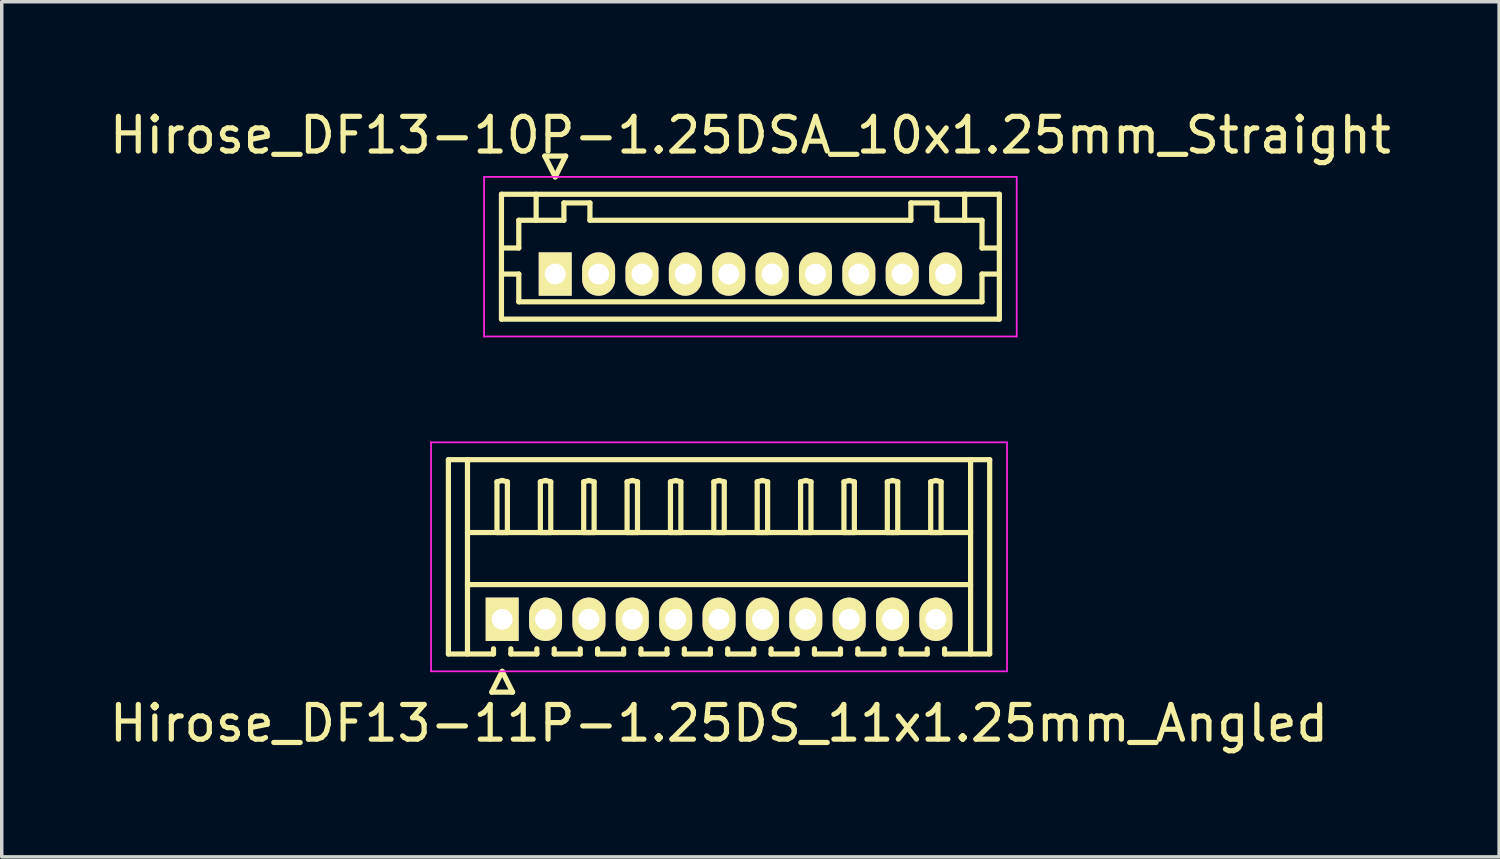
<source format=kicad_pcb>
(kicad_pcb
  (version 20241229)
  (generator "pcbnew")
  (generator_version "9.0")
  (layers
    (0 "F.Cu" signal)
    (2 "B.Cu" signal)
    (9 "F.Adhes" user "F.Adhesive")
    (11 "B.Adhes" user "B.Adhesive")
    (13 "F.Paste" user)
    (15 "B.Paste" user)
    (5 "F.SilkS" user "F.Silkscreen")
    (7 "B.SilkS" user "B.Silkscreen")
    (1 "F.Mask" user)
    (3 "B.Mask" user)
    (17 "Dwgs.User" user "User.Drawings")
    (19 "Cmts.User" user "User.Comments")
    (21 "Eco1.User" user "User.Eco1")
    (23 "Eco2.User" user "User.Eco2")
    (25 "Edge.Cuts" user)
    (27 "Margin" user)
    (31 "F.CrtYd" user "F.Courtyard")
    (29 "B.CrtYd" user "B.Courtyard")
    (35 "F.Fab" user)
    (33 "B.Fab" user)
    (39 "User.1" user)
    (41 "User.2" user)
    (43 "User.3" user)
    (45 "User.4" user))
  (footprint "Hirose_DF13-11P-1.25DS_11x1.25mm_Angled"
    (layer "F.Cu")
    (at 11.423 14.798)
    (property "Reference" "Hirose_DF13-11P-1.25DS_11x1.25mm_Angled" (at 6.25 3 0) (layer "F.SilkS") (effects (font (size 1 1) (thickness 0.15))))
    (attr through_hole)
    (fp_line (start -1.55 -4.6) (end 14.05 -4.6) (stroke (width 0.15) (type solid)) (layer "F.SilkS"))
    (fp_line (start -1.55 1) (end -1.55 -4.6) (stroke (width 0.15) (type solid)) (layer "F.SilkS"))
    (fp_line (start -1 -4.6) (end -1 1) (stroke (width 0.15) (type solid)) (layer "F.SilkS"))
    (fp_line (start -1 -2.5) (end 13.5 -2.5) (stroke (width 0.15) (type solid)) (layer "F.SilkS"))
    (fp_line (start -1 -1) (end 13.5 -1) (stroke (width 0.15) (type solid)) (layer "F.SilkS"))
    (fp_line (start -0.3 2.1) (end 0.3 2.1) (stroke (width 0.15) (type solid)) (layer "F.SilkS"))
    (fp_line (start -0.25 0.85) (end -0.25 1) (stroke (width 0.15) (type solid)) (layer "F.SilkS"))
    (fp_line (start -0.25 1) (end -1.55 1) (stroke (width 0.15) (type solid)) (layer "F.SilkS"))
    (fp_line (start -0.15 -3.962) (end 0 -4) (stroke (width 0.15) (type solid)) (layer "F.SilkS"))
    (fp_line (start -0.15 -2.5) (end -0.15 -3.962) (stroke (width 0.15) (type solid)) (layer "F.SilkS"))
    (fp_line (start 0 -4) (end 0.15 -3.962) (stroke (width 0.15) (type solid)) (layer "F.SilkS"))
    (fp_line (start 0 -2.5) (end -0.15 -2.5) (stroke (width 0.15) (type solid)) (layer "F.SilkS"))
    (fp_line (start 0 1.5) (end -0.3 2.1) (stroke (width 0.15) (type solid)) (layer "F.SilkS"))
    (fp_line (start 0.15 -3.962) (end 0.15 -2.5) (stroke (width 0.15) (type solid)) (layer "F.SilkS"))
    (fp_line (start 0.15 -2.5) (end 0 -2.5) (stroke (width 0.15) (type solid)) (layer "F.SilkS"))
    (fp_line (start 0.25 0.85) (end 0.25 1) (stroke (width 0.15) (type solid)) (layer "F.SilkS"))
    (fp_line (start 0.25 1) (end 1 1) (stroke (width 0.15) (type solid)) (layer "F.SilkS"))
    (fp_line (start 0.3 2.1) (end 0 1.5) (stroke (width 0.15) (type solid)) (layer "F.SilkS"))
    (fp_line (start 1 1) (end 1 0.85) (stroke (width 0.15) (type solid)) (layer "F.SilkS"))
    (fp_line (start 1.1 -3.962) (end 1.25 -4) (stroke (width 0.15) (type solid)) (layer "F.SilkS"))
    (fp_line (start 1.1 -2.5) (end 1.1 -3.962) (stroke (width 0.15) (type solid)) (layer "F.SilkS"))
    (fp_line (start 1.25 -4) (end 1.4 -3.962) (stroke (width 0.15) (type solid)) (layer "F.SilkS"))
    (fp_line (start 1.25 -2.5) (end 1.1 -2.5) (stroke (width 0.15) (type solid)) (layer "F.SilkS"))
    (fp_line (start 1.4 -3.962) (end 1.4 -2.5) (stroke (width 0.15) (type solid)) (layer "F.SilkS"))
    (fp_line (start 1.4 -2.5) (end 1.25 -2.5) (stroke (width 0.15) (type solid)) (layer "F.SilkS"))
    (fp_line (start 1.5 0.85) (end 1.5 1) (stroke (width 0.15) (type solid)) (layer "F.SilkS"))
    (fp_line (start 1.5 1) (end 2.25 1) (stroke (width 0.15) (type solid)) (layer "F.SilkS"))
    (fp_line (start 2.25 1) (end 2.25 0.85) (stroke (width 0.15) (type solid)) (layer "F.SilkS"))
    (fp_line (start 2.35 -3.962) (end 2.5 -4) (stroke (width 0.15) (type solid)) (layer "F.SilkS"))
    (fp_line (start 2.35 -2.5) (end 2.35 -3.962) (stroke (width 0.15) (type solid)) (layer "F.SilkS"))
    (fp_line (start 2.5 -4) (end 2.65 -3.962) (stroke (width 0.15) (type solid)) (layer "F.SilkS"))
    (fp_line (start 2.5 -2.5) (end 2.35 -2.5) (stroke (width 0.15) (type solid)) (layer "F.SilkS"))
    (fp_line (start 2.65 -3.962) (end 2.65 -2.5) (stroke (width 0.15) (type solid)) (layer "F.SilkS"))
    (fp_line (start 2.65 -2.5) (end 2.5 -2.5) (stroke (width 0.15) (type solid)) (layer "F.SilkS"))
    (fp_line (start 2.75 0.85) (end 2.75 1) (stroke (width 0.15) (type solid)) (layer "F.SilkS"))
    (fp_line (start 2.75 1) (end 3.5 1) (stroke (width 0.15) (type solid)) (layer "F.SilkS"))
    (fp_line (start 3.5 1) (end 3.5 0.85) (stroke (width 0.15) (type solid)) (layer "F.SilkS"))
    (fp_line (start 3.6 -3.962) (end 3.75 -4) (stroke (width 0.15) (type solid)) (layer "F.SilkS"))
    (fp_line (start 3.6 -2.5) (end 3.6 -3.962) (stroke (width 0.15) (type solid)) (layer "F.SilkS"))
    (fp_line (start 3.75 -4) (end 3.9 -3.962) (stroke (width 0.15) (type solid)) (layer "F.SilkS"))
    (fp_line (start 3.75 -2.5) (end 3.6 -2.5) (stroke (width 0.15) (type solid)) (layer "F.SilkS"))
    (fp_line (start 3.9 -3.962) (end 3.9 -2.5) (stroke (width 0.15) (type solid)) (layer "F.SilkS"))
    (fp_line (start 3.9 -2.5) (end 3.75 -2.5) (stroke (width 0.15) (type solid)) (layer "F.SilkS"))
    (fp_line (start 4 0.85) (end 4 1) (stroke (width 0.15) (type solid)) (layer "F.SilkS"))
    (fp_line (start 4 1) (end 4.75 1) (stroke (width 0.15) (type solid)) (layer "F.SilkS"))
    (fp_line (start 4.75 1) (end 4.75 0.85) (stroke (width 0.15) (type solid)) (layer "F.SilkS"))
    (fp_line (start 4.85 -3.962) (end 5 -4) (stroke (width 0.15) (type solid)) (layer "F.SilkS"))
    (fp_line (start 4.85 -2.5) (end 4.85 -3.962) (stroke (width 0.15) (type solid)) (layer "F.SilkS"))
    (fp_line (start 5 -4) (end 5.15 -3.962) (stroke (width 0.15) (type solid)) (layer "F.SilkS"))
    (fp_line (start 5 -2.5) (end 4.85 -2.5) (stroke (width 0.15) (type solid)) (layer "F.SilkS"))
    (fp_line (start 5.15 -3.962) (end 5.15 -2.5) (stroke (width 0.15) (type solid)) (layer "F.SilkS"))
    (fp_line (start 5.15 -2.5) (end 5 -2.5) (stroke (width 0.15) (type solid)) (layer "F.SilkS"))
    (fp_line (start 5.25 0.85) (end 5.25 1) (stroke (width 0.15) (type solid)) (layer "F.SilkS"))
    (fp_line (start 5.25 1) (end 6 1) (stroke (width 0.15) (type solid)) (layer "F.SilkS"))
    (fp_line (start 6 1) (end 6 0.85) (stroke (width 0.15) (type solid)) (layer "F.SilkS"))
    (fp_line (start 6.1 -3.962) (end 6.25 -4) (stroke (width 0.15) (type solid)) (layer "F.SilkS"))
    (fp_line (start 6.1 -2.5) (end 6.1 -3.962) (stroke (width 0.15) (type solid)) (layer "F.SilkS"))
    (fp_line (start 6.25 -4) (end 6.4 -3.962) (stroke (width 0.15) (type solid)) (layer "F.SilkS"))
    (fp_line (start 6.25 -2.5) (end 6.1 -2.5) (stroke (width 0.15) (type solid)) (layer "F.SilkS"))
    (fp_line (start 6.4 -3.962) (end 6.4 -2.5) (stroke (width 0.15) (type solid)) (layer "F.SilkS"))
    (fp_line (start 6.4 -2.5) (end 6.25 -2.5) (stroke (width 0.15) (type solid)) (layer "F.SilkS"))
    (fp_line (start 6.5 0.85) (end 6.5 1) (stroke (width 0.15) (type solid)) (layer "F.SilkS"))
    (fp_line (start 6.5 1) (end 7.25 1) (stroke (width 0.15) (type solid)) (layer "F.SilkS"))
    (fp_line (start 7.25 1) (end 7.25 0.85) (stroke (width 0.15) (type solid)) (layer "F.SilkS"))
    (fp_line (start 7.35 -3.962) (end 7.5 -4) (stroke (width 0.15) (type solid)) (layer "F.SilkS"))
    (fp_line (start 7.35 -2.5) (end 7.35 -3.962) (stroke (width 0.15) (type solid)) (layer "F.SilkS"))
    (fp_line (start 7.5 -4) (end 7.65 -3.962) (stroke (width 0.15) (type solid)) (layer "F.SilkS"))
    (fp_line (start 7.5 -2.5) (end 7.35 -2.5) (stroke (width 0.15) (type solid)) (layer "F.SilkS"))
    (fp_line (start 7.65 -3.962) (end 7.65 -2.5) (stroke (width 0.15) (type solid)) (layer "F.SilkS"))
    (fp_line (start 7.65 -2.5) (end 7.5 -2.5) (stroke (width 0.15) (type solid)) (layer "F.SilkS"))
    (fp_line (start 7.75 0.85) (end 7.75 1) (stroke (width 0.15) (type solid)) (layer "F.SilkS"))
    (fp_line (start 7.75 1) (end 8.5 1) (stroke (width 0.15) (type solid)) (layer "F.SilkS"))
    (fp_line (start 8.5 1) (end 8.5 0.85) (stroke (width 0.15) (type solid)) (layer "F.SilkS"))
    (fp_line (start 8.6 -3.962) (end 8.75 -4) (stroke (width 0.15) (type solid)) (layer "F.SilkS"))
    (fp_line (start 8.6 -2.5) (end 8.6 -3.962) (stroke (width 0.15) (type solid)) (layer "F.SilkS"))
    (fp_line (start 8.75 -4) (end 8.9 -3.962) (stroke (width 0.15) (type solid)) (layer "F.SilkS"))
    (fp_line (start 8.75 -2.5) (end 8.6 -2.5) (stroke (width 0.15) (type solid)) (layer "F.SilkS"))
    (fp_line (start 8.9 -3.962) (end 8.9 -2.5) (stroke (width 0.15) (type solid)) (layer "F.SilkS"))
    (fp_line (start 8.9 -2.5) (end 8.75 -2.5) (stroke (width 0.15) (type solid)) (layer "F.SilkS"))
    (fp_line (start 9 0.85) (end 9 1) (stroke (width 0.15) (type solid)) (layer "F.SilkS"))
    (fp_line (start 9 1) (end 9.75 1) (stroke (width 0.15) (type solid)) (layer "F.SilkS"))
    (fp_line (start 9.75 1) (end 9.75 0.85) (stroke (width 0.15) (type solid)) (layer "F.SilkS"))
    (fp_line (start 9.85 -3.962) (end 10 -4) (stroke (width 0.15) (type solid)) (layer "F.SilkS"))
    (fp_line (start 9.85 -2.5) (end 9.85 -3.962) (stroke (width 0.15) (type solid)) (layer "F.SilkS"))
    (fp_line (start 10 -4) (end 10.15 -3.962) (stroke (width 0.15) (type solid)) (layer "F.SilkS"))
    (fp_line (start 10 -2.5) (end 9.85 -2.5) (stroke (width 0.15) (type solid)) (layer "F.SilkS"))
    (fp_line (start 10.15 -3.962) (end 10.15 -2.5) (stroke (width 0.15) (type solid)) (layer "F.SilkS"))
    (fp_line (start 10.15 -2.5) (end 10 -2.5) (stroke (width 0.15) (type solid)) (layer "F.SilkS"))
    (fp_line (start 10.25 0.85) (end 10.25 1) (stroke (width 0.15) (type solid)) (layer "F.SilkS"))
    (fp_line (start 10.25 1) (end 11 1) (stroke (width 0.15) (type solid)) (layer "F.SilkS"))
    (fp_line (start 11 1) (end 11 0.85) (stroke (width 0.15) (type solid)) (layer "F.SilkS"))
    (fp_line (start 11.1 -3.962) (end 11.25 -4) (stroke (width 0.15) (type solid)) (layer "F.SilkS"))
    (fp_line (start 11.1 -2.5) (end 11.1 -3.962) (stroke (width 0.15) (type solid)) (layer "F.SilkS"))
    (fp_line (start 11.25 -4) (end 11.4 -3.962) (stroke (width 0.15) (type solid)) (layer "F.SilkS"))
    (fp_line (start 11.25 -2.5) (end 11.1 -2.5) (stroke (width 0.15) (type solid)) (layer "F.SilkS"))
    (fp_line (start 11.4 -3.962) (end 11.4 -2.5) (stroke (width 0.15) (type solid)) (layer "F.SilkS"))
    (fp_line (start 11.4 -2.5) (end 11.25 -2.5) (stroke (width 0.15) (type solid)) (layer "F.SilkS"))
    (fp_line (start 11.5 0.85) (end 11.5 1) (stroke (width 0.15) (type solid)) (layer "F.SilkS"))
    (fp_line (start 11.5 1) (end 12.25 1) (stroke (width 0.15) (type solid)) (layer "F.SilkS"))
    (fp_line (start 12.25 1) (end 12.25 0.85) (stroke (width 0.15) (type solid)) (layer "F.SilkS"))
    (fp_line (start 12.35 -3.962) (end 12.5 -4) (stroke (width 0.15) (type solid)) (layer "F.SilkS"))
    (fp_line (start 12.35 -2.5) (end 12.35 -3.962) (stroke (width 0.15) (type solid)) (layer "F.SilkS"))
    (fp_line (start 12.5 -4) (end 12.65 -3.962) (stroke (width 0.15) (type solid)) (layer "F.SilkS"))
    (fp_line (start 12.5 -2.5) (end 12.35 -2.5) (stroke (width 0.15) (type solid)) (layer "F.SilkS"))
    (fp_line (start 12.65 -3.962) (end 12.65 -2.5) (stroke (width 0.15) (type solid)) (layer "F.SilkS"))
    (fp_line (start 12.65 -2.5) (end 12.5 -2.5) (stroke (width 0.15) (type solid)) (layer "F.SilkS"))
    (fp_line (start 12.75 1) (end 12.75 0.85) (stroke (width 0.15) (type solid)) (layer "F.SilkS"))
    (fp_line (start 13.5 -4.6) (end 13.5 1) (stroke (width 0.15) (type solid)) (layer "F.SilkS"))
    (fp_line (start 14.05 -4.6) (end 14.05 1) (stroke (width 0.15) (type solid)) (layer "F.SilkS"))
    (fp_line (start 14.05 1) (end 12.75 1) (stroke (width 0.15) (type solid)) (layer "F.SilkS"))
    (fp_line (start -2.05 -5.1) (end -2.05 1.5) (stroke (width 0.05) (type solid)) (layer "F.CrtYd"))
    (fp_line (start -2.05 1.5) (end 14.55 1.5) (stroke (width 0.05) (type solid)) (layer "F.CrtYd"))
    (fp_line (start 14.55 -5.1) (end -2.05 -5.1) (stroke (width 0.05) (type solid)) (layer "F.CrtYd"))
    (fp_line (start 14.55 1.5) (end 14.55 -5.1) (stroke (width 0.05) (type solid)) (layer "F.CrtYd"))
    (pad "1" thru_hole rect (at 0 0) (size 0.95 1.25) (drill 0.6) (layers "*.Cu" "*.Mask" "F.SilkS"))
    (pad "2" thru_hole oval (at 1.25 0) (size 0.95 1.25) (drill 0.6) (layers "*.Cu" "*.Mask" "F.SilkS"))
    (pad "3" thru_hole oval (at 2.5 0) (size 0.95 1.25) (drill 0.6) (layers "*.Cu" "*.Mask" "F.SilkS"))
    (pad "4" thru_hole oval (at 3.75 0) (size 0.95 1.25) (drill 0.6) (layers "*.Cu" "*.Mask" "F.SilkS"))
    (pad "5" thru_hole oval (at 5 0) (size 0.95 1.25) (drill 0.6) (layers "*.Cu" "*.Mask" "F.SilkS"))
    (pad "6" thru_hole oval (at 6.25 0) (size 0.95 1.25) (drill 0.6) (layers "*.Cu" "*.Mask" "F.SilkS"))
    (pad "7" thru_hole oval (at 7.5 0) (size 0.95 1.25) (drill 0.6) (layers "*.Cu" "*.Mask" "F.SilkS"))
    (pad "8" thru_hole oval (at 8.75 0) (size 0.95 1.25) (drill 0.6) (layers "*.Cu" "*.Mask" "F.SilkS"))
    (pad "9" thru_hole oval (at 10 0) (size 0.95 1.25) (drill 0.6) (layers "*.Cu" "*.Mask" "F.SilkS"))
    (pad "10" thru_hole oval (at 11.25 0) (size 0.95 1.25) (drill 0.6) (layers "*.Cu" "*.Mask" "F.SilkS"))
    (pad "11" thru_hole oval (at 12.5 0) (size 0.95 1.25) (drill 0.6) (layers "*.Cu" "*.Mask" "F.SilkS")))
  (footprint "Hirose_DF13-10P-1.25DSA_10x1.25mm_Straight"
    (layer "F.Cu")
    (at 12.952 4.848)
    (property "Reference" "Hirose_DF13-10P-1.25DSA_10x1.25mm_Straight" (at 5.625 -4 0) (layer "F.SilkS") (effects (font (size 1 1) (thickness 0.15))))
    (attr through_hole)
    (fp_line (start -1.55 -2.3) (end -1.55 1.3) (stroke (width 0.15) (type solid)) (layer "F.SilkS"))
    (fp_line (start -1.55 -0.75) (end -1.05 -0.75) (stroke (width 0.15) (type solid)) (layer "F.SilkS"))
    (fp_line (start -1.55 0) (end -1.05 0) (stroke (width 0.15) (type solid)) (layer "F.SilkS"))
    (fp_line (start -1.55 1.3) (end 12.8 1.3) (stroke (width 0.15) (type solid)) (layer "F.SilkS"))
    (fp_line (start -1.05 -1.55) (end -0.55 -1.55) (stroke (width 0.15) (type solid)) (layer "F.SilkS"))
    (fp_line (start -1.05 -0.75) (end -1.05 -1.55) (stroke (width 0.15) (type solid)) (layer "F.SilkS"))
    (fp_line (start -1.05 0) (end -1.05 0.8) (stroke (width 0.15) (type solid)) (layer "F.SilkS"))
    (fp_line (start -1.05 0.8) (end 12.3 0.8) (stroke (width 0.15) (type solid)) (layer "F.SilkS"))
    (fp_line (start -0.55 -1.55) (end -0.55 -2.3) (stroke (width 0.15) (type solid)) (layer "F.SilkS"))
    (fp_line (start -0.55 -1.55) (end 0.25 -1.55) (stroke (width 0.15) (type solid)) (layer "F.SilkS"))
    (fp_line (start -0.3 -3.4) (end 0.3 -3.4) (stroke (width 0.15) (type solid)) (layer "F.SilkS"))
    (fp_line (start 0 -2.8) (end -0.3 -3.4) (stroke (width 0.15) (type solid)) (layer "F.SilkS"))
    (fp_line (start 0.25 -2.05) (end 1 -2.05) (stroke (width 0.15) (type solid)) (layer "F.SilkS"))
    (fp_line (start 0.25 -1.55) (end 0.25 -2.05) (stroke (width 0.15) (type solid)) (layer "F.SilkS"))
    (fp_line (start 0.3 -3.4) (end 0 -2.8) (stroke (width 0.15) (type solid)) (layer "F.SilkS"))
    (fp_line (start 1 -2.05) (end 1 -1.55) (stroke (width 0.15) (type solid)) (layer "F.SilkS"))
    (fp_line (start 1 -1.55) (end 10.25 -1.55) (stroke (width 0.15) (type solid)) (layer "F.SilkS"))
    (fp_line (start 10.25 -2.05) (end 11 -2.05) (stroke (width 0.15) (type solid)) (layer "F.SilkS"))
    (fp_line (start 10.25 -1.55) (end 10.25 -2.05) (stroke (width 0.15) (type solid)) (layer "F.SilkS"))
    (fp_line (start 11 -2.05) (end 11 -1.55) (stroke (width 0.15) (type solid)) (layer "F.SilkS"))
    (fp_line (start 11 -1.55) (end 11.8 -1.55) (stroke (width 0.15) (type solid)) (layer "F.SilkS"))
    (fp_line (start 11.8 -1.55) (end 11.8 -2.3) (stroke (width 0.15) (type solid)) (layer "F.SilkS"))
    (fp_line (start 12.3 -1.55) (end 11.8 -1.55) (stroke (width 0.15) (type solid)) (layer "F.SilkS"))
    (fp_line (start 12.3 -0.75) (end 12.3 -1.55) (stroke (width 0.15) (type solid)) (layer "F.SilkS"))
    (fp_line (start 12.3 0) (end 12.8 0) (stroke (width 0.15) (type solid)) (layer "F.SilkS"))
    (fp_line (start 12.3 0.8) (end 12.3 0) (stroke (width 0.15) (type solid)) (layer "F.SilkS"))
    (fp_line (start 12.8 -2.3) (end -1.55 -2.3) (stroke (width 0.15) (type solid)) (layer "F.SilkS"))
    (fp_line (start 12.8 -0.75) (end 12.3 -0.75) (stroke (width 0.15) (type solid)) (layer "F.SilkS"))
    (fp_line (start 12.8 1.3) (end 12.8 -2.3) (stroke (width 0.15) (type solid)) (layer "F.SilkS"))
    (fp_line (start -2.05 -2.8) (end -2.05 1.8) (stroke (width 0.05) (type solid)) (layer "F.CrtYd"))
    (fp_line (start -2.05 1.8) (end 13.3 1.8) (stroke (width 0.05) (type solid)) (layer "F.CrtYd"))
    (fp_line (start 13.3 -2.8) (end -2.05 -2.8) (stroke (width 0.05) (type solid)) (layer "F.CrtYd"))
    (fp_line (start 13.3 1.8) (end 13.3 -2.8) (stroke (width 0.05) (type solid)) (layer "F.CrtYd"))
    (pad "1" thru_hole rect (at 0 0) (size 0.95 1.25) (drill 0.6) (layers "*.Cu" "*.Mask" "F.SilkS"))
    (pad "2" thru_hole oval (at 1.25 0) (size 0.95 1.25) (drill 0.6) (layers "*.Cu" "*.Mask" "F.SilkS"))
    (pad "3" thru_hole oval (at 2.5 0) (size 0.95 1.25) (drill 0.6) (layers "*.Cu" "*.Mask" "F.SilkS"))
    (pad "4" thru_hole oval (at 3.75 0) (size 0.95 1.25) (drill 0.6) (layers "*.Cu" "*.Mask" "F.SilkS"))
    (pad "5" thru_hole oval (at 5 0) (size 0.95 1.25) (drill 0.6) (layers "*.Cu" "*.Mask" "F.SilkS"))
    (pad "6" thru_hole oval (at 6.25 0) (size 0.95 1.25) (drill 0.6) (layers "*.Cu" "*.Mask" "F.SilkS"))
    (pad "7" thru_hole oval (at 7.5 0) (size 0.95 1.25) (drill 0.6) (layers "*.Cu" "*.Mask" "F.SilkS"))
    (pad "8" thru_hole oval (at 8.75 0) (size 0.95 1.25) (drill 0.6) (layers "*.Cu" "*.Mask" "F.SilkS"))
    (pad "9" thru_hole oval (at 10 0) (size 0.95 1.25) (drill 0.6) (layers "*.Cu" "*.Mask" "F.SilkS"))
    (pad "10" thru_hole oval (at 11.25 0) (size 0.95 1.25) (drill 0.6) (layers "*.Cu" "*.Mask" "F.SilkS")))
  (gr_rect
    (start -3 -3)
    (end 40.155 21.646)
    (stroke (width 0.1) (type default))
    (fill no)
    (layer "Edge.Cuts")))
</source>
